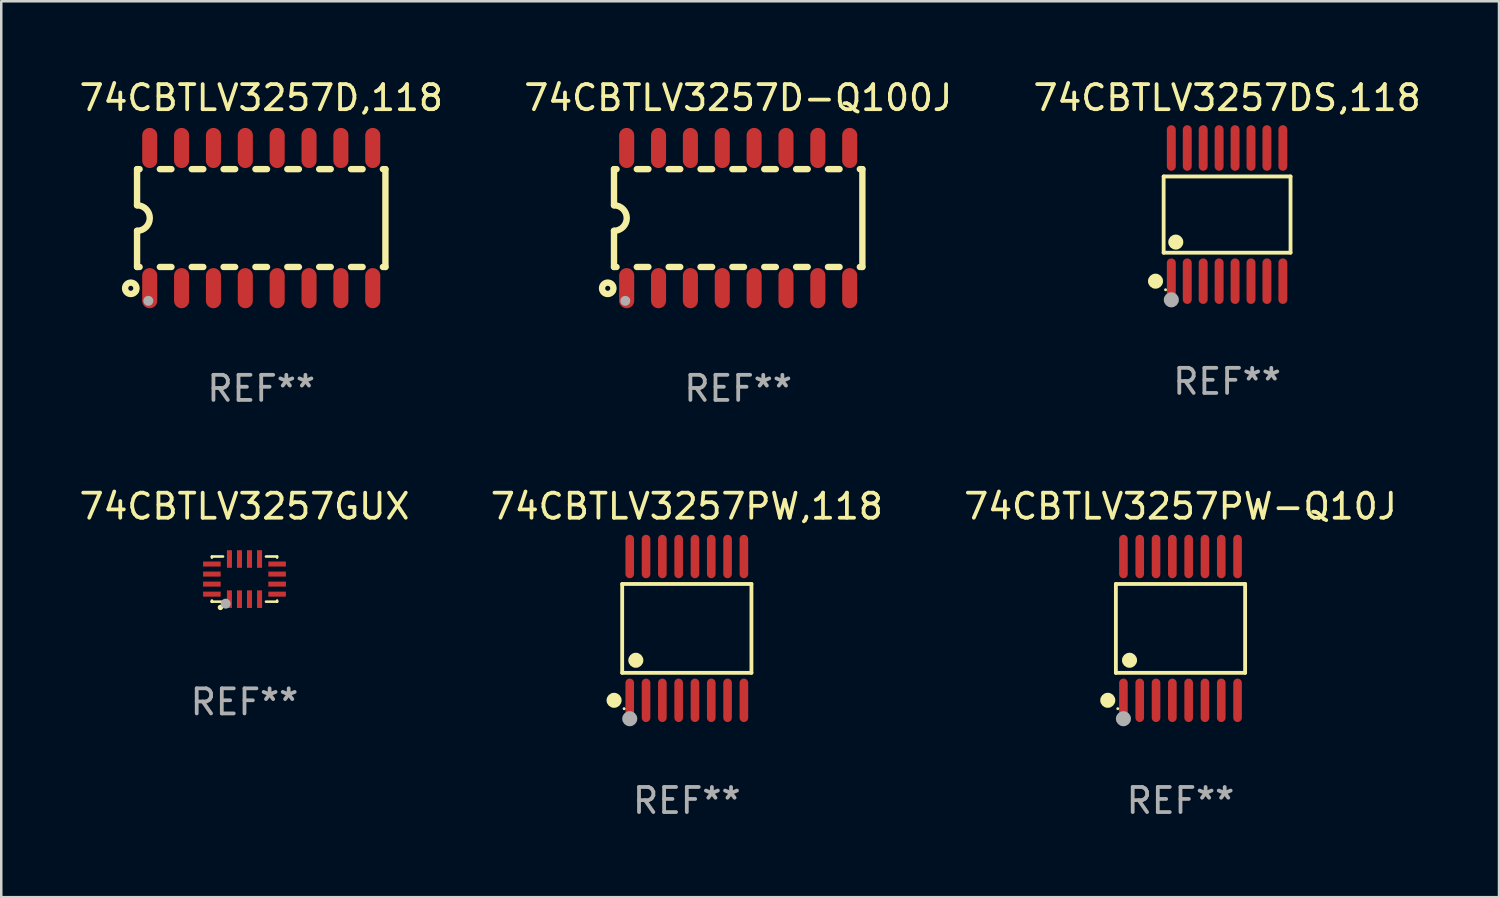
<source format=kicad_pcb>
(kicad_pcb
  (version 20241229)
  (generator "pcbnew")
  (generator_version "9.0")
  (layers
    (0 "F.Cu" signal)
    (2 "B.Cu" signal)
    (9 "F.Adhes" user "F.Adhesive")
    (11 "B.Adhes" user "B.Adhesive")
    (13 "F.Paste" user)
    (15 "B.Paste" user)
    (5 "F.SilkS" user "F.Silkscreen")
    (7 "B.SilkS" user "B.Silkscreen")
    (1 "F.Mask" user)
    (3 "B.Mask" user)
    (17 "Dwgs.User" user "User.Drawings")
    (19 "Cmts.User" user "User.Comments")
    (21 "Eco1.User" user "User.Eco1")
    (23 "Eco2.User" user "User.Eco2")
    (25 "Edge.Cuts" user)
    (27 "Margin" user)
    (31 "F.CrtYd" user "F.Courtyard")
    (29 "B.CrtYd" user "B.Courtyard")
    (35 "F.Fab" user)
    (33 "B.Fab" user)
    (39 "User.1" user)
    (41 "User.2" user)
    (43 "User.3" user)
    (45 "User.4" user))
  (footprint "74CBTLV3257DS,118"
    (layer "F.Cu")
    (at 45.863 5.503)
    (property "Reference" "74CBTLV3257DS,118" (at 0 -4.655 0) (layer "F.SilkS") (effects (font (size 1 1) (thickness 0.15))))
    (attr through_hole)
    (fp_line (start -2.529 -1.519) (end 2.529 -1.519) (stroke (width 0.152) (type solid)) (layer "F.SilkS"))
    (fp_line (start -2.529 1.519) (end -2.529 -1.519) (stroke (width 0.152) (type solid)) (layer "F.SilkS"))
    (fp_line (start 2.529 -1.519) (end 2.529 1.519) (stroke (width 0.152) (type solid)) (layer "F.SilkS"))
    (fp_line (start 2.529 1.519) (end -2.529 1.519) (stroke (width 0.152) (type solid)) (layer "F.SilkS"))
    (fp_circle (center -2.853 2.655) (end -2.703 2.655) (stroke (width 0.3) (type solid)) (fill no) (layer "F.SilkS"))
    (fp_circle (center -2.453 2.998) (end -2.423 2.998) (stroke (width 0.06) (type solid)) (fill no) (layer "F.SilkS"))
    (fp_circle (center -2.045 1.097) (end -1.895 1.097) (stroke (width 0.3) (type solid)) (fill no) (layer "F.SilkS"))
    (fp_circle (center -2.223 3.398) (end -2.072 3.398) (stroke (width 0.3) (type solid)) (fill no) (layer "F.Fab"))
    (fp_text user "REF**" (at 0 6.655 0) (layer "F.Fab") (effects (font (size 1 1) (thickness 0.15))))
    (pad "1" smd oval (at -2.223 2.655) (size 0.356 1.815) (layers "F.Cu" "F.Mask" "F.Paste"))
    (pad "2" smd oval (at -1.588 2.655) (size 0.356 1.815) (layers "F.Cu" "F.Mask" "F.Paste"))
    (pad "3" smd oval (at -0.953 2.655) (size 0.356 1.815) (layers "F.Cu" "F.Mask" "F.Paste"))
    (pad "4" smd oval (at -0.318 2.655) (size 0.356 1.815) (layers "F.Cu" "F.Mask" "F.Paste"))
    (pad "5" smd oval (at 0.318 2.655) (size 0.356 1.815) (layers "F.Cu" "F.Mask" "F.Paste"))
    (pad "6" smd oval (at 0.953 2.655) (size 0.356 1.815) (layers "F.Cu" "F.Mask" "F.Paste"))
    (pad "7" smd oval (at 1.588 2.655) (size 0.356 1.815) (layers "F.Cu" "F.Mask" "F.Paste"))
    (pad "8" smd oval (at 2.223 2.655) (size 0.356 1.815) (layers "F.Cu" "F.Mask" "F.Paste"))
    (pad "9" smd oval (at 2.223 -2.655) (size 0.356 1.815) (layers "F.Cu" "F.Mask" "F.Paste"))
    (pad "10" smd oval (at 1.588 -2.655) (size 0.356 1.815) (layers "F.Cu" "F.Mask" "F.Paste"))
    (pad "11" smd oval (at 0.953 -2.655) (size 0.356 1.815) (layers "F.Cu" "F.Mask" "F.Paste"))
    (pad "12" smd oval (at 0.318 -2.655) (size 0.356 1.815) (layers "F.Cu" "F.Mask" "F.Paste"))
    (pad "13" smd oval (at -0.318 -2.655) (size 0.356 1.815) (layers "F.Cu" "F.Mask" "F.Paste"))
    (pad "14" smd oval (at -0.953 -2.655) (size 0.356 1.815) (layers "F.Cu" "F.Mask" "F.Paste"))
    (pad "15" smd oval (at -1.588 -2.655) (size 0.356 1.815) (layers "F.Cu" "F.Mask" "F.Paste"))
    (pad "16" smd oval (at -2.223 -2.655) (size 0.356 1.815) (layers "F.Cu" "F.Mask" "F.Paste")))
  (footprint "74CBTLV3257PW,118"
    (layer "F.Cu")
    (at 24.327 21.999)
    (property "Reference" "74CBTLV3257PW,118" (at 0 -4.866 0) (layer "F.SilkS") (effects (font (size 1 1) (thickness 0.15))))
    (attr through_hole)
    (fp_line (start -2.576 -1.772) (end 2.576 -1.772) (stroke (width 0.152) (type solid)) (layer "F.SilkS"))
    (fp_line (start -2.576 1.771) (end -2.576 -1.772) (stroke (width 0.152) (type solid)) (layer "F.SilkS"))
    (fp_line (start 2.576 -1.772) (end 2.576 1.771) (stroke (width 0.152) (type solid)) (layer "F.SilkS"))
    (fp_line (start 2.576 1.771) (end -2.576 1.771) (stroke (width 0.152) (type solid)) (layer "F.SilkS"))
    (fp_circle (center -2.899 2.866) (end -2.749 2.866) (stroke (width 0.3) (type solid)) (fill no) (layer "F.SilkS"))
    (fp_circle (center -2.5 3.2) (end -2.47 3.2) (stroke (width 0.06) (type solid)) (fill no) (layer "F.SilkS"))
    (fp_circle (center -2.032 1.27) (end -1.882 1.27) (stroke (width 0.3) (type solid)) (fill no) (layer "F.SilkS"))
    (fp_circle (center -2.275 3.6) (end -2.125 3.6) (stroke (width 0.3) (type solid)) (fill no) (layer "F.Fab"))
    (fp_text user "REF**" (at 0 6.866 0) (layer "F.Fab") (effects (font (size 1 1) (thickness 0.15))))
    (pad "1" smd oval (at -2.275 2.866) (size 0.343 1.731) (layers "F.Cu" "F.Mask" "F.Paste"))
    (pad "2" smd oval (at -1.625 2.866) (size 0.343 1.731) (layers "F.Cu" "F.Mask" "F.Paste"))
    (pad "3" smd oval (at -0.975 2.866) (size 0.343 1.731) (layers "F.Cu" "F.Mask" "F.Paste"))
    (pad "4" smd oval (at -0.325 2.866) (size 0.343 1.731) (layers "F.Cu" "F.Mask" "F.Paste"))
    (pad "5" smd oval (at 0.325 2.866) (size 0.343 1.731) (layers "F.Cu" "F.Mask" "F.Paste"))
    (pad "6" smd oval (at 0.975 2.866) (size 0.343 1.731) (layers "F.Cu" "F.Mask" "F.Paste"))
    (pad "7" smd oval (at 1.625 2.866) (size 0.343 1.731) (layers "F.Cu" "F.Mask" "F.Paste"))
    (pad "8" smd oval (at 2.275 2.866) (size 0.343 1.731) (layers "F.Cu" "F.Mask" "F.Paste"))
    (pad "9" smd oval (at 2.275 -2.866) (size 0.343 1.731) (layers "F.Cu" "F.Mask" "F.Paste"))
    (pad "10" smd oval (at 1.625 -2.866) (size 0.343 1.731) (layers "F.Cu" "F.Mask" "F.Paste"))
    (pad "11" smd oval (at 0.975 -2.866) (size 0.343 1.731) (layers "F.Cu" "F.Mask" "F.Paste"))
    (pad "12" smd oval (at 0.325 -2.866) (size 0.343 1.731) (layers "F.Cu" "F.Mask" "F.Paste"))
    (pad "13" smd oval (at -0.325 -2.866) (size 0.343 1.731) (layers "F.Cu" "F.Mask" "F.Paste"))
    (pad "14" smd oval (at -0.975 -2.866) (size 0.343 1.731) (layers "F.Cu" "F.Mask" "F.Paste"))
    (pad "15" smd oval (at -1.625 -2.866) (size 0.343 1.731) (layers "F.Cu" "F.Mask" "F.Paste"))
    (pad "16" smd oval (at -2.275 -2.866) (size 0.343 1.731) (layers "F.Cu" "F.Mask" "F.Paste")))
  (footprint "74CBTLV3257D-Q100J"
    (layer "F.Cu")
    (at 26.375 5.642)
    (property "Reference" "74CBTLV3257D-Q100J" (at 0 -4.794 0) (layer "F.SilkS") (effects (font (size 1 1) (thickness 0.15))))
    (attr through_hole)
    (fp_line (start -4.95 -1.95) (end -4.95 -0.508) (stroke (width 0.254) (type solid)) (layer "F.SilkS"))
    (fp_line (start -4.95 -1.95) (end -4.849 -1.95) (stroke (width 0.254) (type solid)) (layer "F.SilkS"))
    (fp_line (start -4.95 1.95) (end -4.95 0.508) (stroke (width 0.254) (type solid)) (layer "F.SilkS"))
    (fp_line (start -4.95 1.95) (end -4.849 1.95) (stroke (width 0.254) (type solid)) (layer "F.SilkS"))
    (fp_line (start -4.041 -1.95) (end -3.579 -1.95) (stroke (width 0.254) (type solid)) (layer "F.SilkS"))
    (fp_line (start -4.041 1.95) (end -3.579 1.95) (stroke (width 0.254) (type solid)) (layer "F.SilkS"))
    (fp_line (start -2.771 -1.95) (end -2.309 -1.95) (stroke (width 0.254) (type solid)) (layer "F.SilkS"))
    (fp_line (start -2.771 1.95) (end -2.309 1.95) (stroke (width 0.254) (type solid)) (layer "F.SilkS"))
    (fp_line (start -1.501 -1.95) (end -1.039 -1.95) (stroke (width 0.254) (type solid)) (layer "F.SilkS"))
    (fp_line (start -1.501 1.95) (end -1.039 1.95) (stroke (width 0.254) (type solid)) (layer "F.SilkS"))
    (fp_line (start -0.231 -1.95) (end 0.231 -1.95) (stroke (width 0.254) (type solid)) (layer "F.SilkS"))
    (fp_line (start -0.231 1.95) (end 0.231 1.95) (stroke (width 0.254) (type solid)) (layer "F.SilkS"))
    (fp_line (start 1.039 -1.95) (end 1.501 -1.95) (stroke (width 0.254) (type solid)) (layer "F.SilkS"))
    (fp_line (start 1.039 1.95) (end 1.501 1.95) (stroke (width 0.254) (type solid)) (layer "F.SilkS"))
    (fp_line (start 2.309 -1.95) (end 2.771 -1.95) (stroke (width 0.254) (type solid)) (layer "F.SilkS"))
    (fp_line (start 2.309 1.95) (end 2.771 1.95) (stroke (width 0.254) (type solid)) (layer "F.SilkS"))
    (fp_line (start 3.579 -1.95) (end 4.041 -1.95) (stroke (width 0.254) (type solid)) (layer "F.SilkS"))
    (fp_line (start 3.579 1.95) (end 4.041 1.95) (stroke (width 0.254) (type solid)) (layer "F.SilkS"))
    (fp_line (start 4.849 -1.95) (end 4.95 -1.95) (stroke (width 0.254) (type solid)) (layer "F.SilkS"))
    (fp_line (start 4.849 1.95) (end 4.95 1.95) (stroke (width 0.254) (type solid)) (layer "F.SilkS"))
    (fp_line (start 4.95 -1.95) (end 4.95 1.95) (stroke (width 0.254) (type solid)) (layer "F.SilkS"))
    (fp_arc (start -4.95047 -0.508001) (mid -4.442469 -0.000228) (end -4.950013 0.508001) (stroke (width 0.254001) (type solid)) (layer "F.SilkS"))
    (fp_circle (center -5.2 2.8) (end -5.1 2.8) (stroke (width 0.254) (type solid)) (fill no) (layer "F.SilkS"))
    (fp_circle (center -4.95 2.947) (end -4.92 2.947) (stroke (width 0.06) (type solid)) (fill no) (layer "F.SilkS"))
    (fp_circle (center -4.5 3.3) (end -4.4 3.3) (stroke (width 0.2) (type solid)) (fill no) (layer "F.Fab"))
    (fp_text user "REF**" (at 0 6.794 0) (layer "F.Fab") (effects (font (size 1 1) (thickness 0.15))))
    (pad "1" smd oval (at -4.445 2.794) (size 0.6 1.6) (layers "F.Cu" "F.Mask" "F.Paste"))
    (pad "2" smd oval (at -3.175 2.794) (size 0.6 1.6) (layers "F.Cu" "F.Mask" "F.Paste"))
    (pad "3" smd oval (at -1.905 2.794) (size 0.6 1.6) (layers "F.Cu" "F.Mask" "F.Paste"))
    (pad "4" smd oval (at -0.635 2.794) (size 0.6 1.6) (layers "F.Cu" "F.Mask" "F.Paste"))
    (pad "5" smd oval (at 0.635 2.794) (size 0.6 1.6) (layers "F.Cu" "F.Mask" "F.Paste"))
    (pad "6" smd oval (at 1.905 2.794) (size 0.6 1.6) (layers "F.Cu" "F.Mask" "F.Paste"))
    (pad "7" smd oval (at 3.175 2.794) (size 0.6 1.6) (layers "F.Cu" "F.Mask" "F.Paste"))
    (pad "8" smd oval (at 4.445 2.794) (size 0.6 1.6) (layers "F.Cu" "F.Mask" "F.Paste"))
    (pad "9" smd oval (at 4.445 -2.794) (size 0.6 1.6) (layers "F.Cu" "F.Mask" "F.Paste"))
    (pad "10" smd oval (at 3.175 -2.794) (size 0.6 1.6) (layers "F.Cu" "F.Mask" "F.Paste"))
    (pad "11" smd oval (at 1.905 -2.794) (size 0.6 1.6) (layers "F.Cu" "F.Mask" "F.Paste"))
    (pad "12" smd oval (at 0.635 -2.794) (size 0.6 1.6) (layers "F.Cu" "F.Mask" "F.Paste"))
    (pad "13" smd oval (at -0.635 -2.794) (size 0.6 1.6) (layers "F.Cu" "F.Mask" "F.Paste"))
    (pad "14" smd oval (at -1.905 -2.794) (size 0.6 1.6) (layers "F.Cu" "F.Mask" "F.Paste"))
    (pad "15" smd oval (at -3.175 -2.794) (size 0.6 1.6) (layers "F.Cu" "F.Mask" "F.Paste"))
    (pad "16" smd oval (at -4.445 -2.794) (size 0.6 1.6) (layers "F.Cu" "F.Mask" "F.Paste")))
  (footprint "74CBTLV3257PW-Q10J"
    (layer "F.Cu")
    (at 44.006 21.999)
    (property "Reference" "74CBTLV3257PW-Q10J" (at 0 -4.866 0) (layer "F.SilkS") (effects (font (size 1 1) (thickness 0.15))))
    (attr through_hole)
    (fp_line (start -2.576 -1.772) (end 2.576 -1.772) (stroke (width 0.152) (type solid)) (layer "F.SilkS"))
    (fp_line (start -2.576 1.771) (end -2.576 -1.772) (stroke (width 0.152) (type solid)) (layer "F.SilkS"))
    (fp_line (start 2.576 -1.772) (end 2.576 1.771) (stroke (width 0.152) (type solid)) (layer "F.SilkS"))
    (fp_line (start 2.576 1.771) (end -2.576 1.771) (stroke (width 0.152) (type solid)) (layer "F.SilkS"))
    (fp_circle (center -2.899 2.866) (end -2.749 2.866) (stroke (width 0.3) (type solid)) (fill no) (layer "F.SilkS"))
    (fp_circle (center -2.5 3.2) (end -2.47 3.2) (stroke (width 0.06) (type solid)) (fill no) (layer "F.SilkS"))
    (fp_circle (center -2.032 1.27) (end -1.882 1.27) (stroke (width 0.3) (type solid)) (fill no) (layer "F.SilkS"))
    (fp_circle (center -2.275 3.6) (end -2.125 3.6) (stroke (width 0.3) (type solid)) (fill no) (layer "F.Fab"))
    (fp_text user "REF**" (at 0 6.866 0) (layer "F.Fab") (effects (font (size 1 1) (thickness 0.15))))
    (pad "1" smd oval (at -2.275 2.866) (size 0.343 1.731) (layers "F.Cu" "F.Mask" "F.Paste"))
    (pad "2" smd oval (at -1.625 2.866) (size 0.343 1.731) (layers "F.Cu" "F.Mask" "F.Paste"))
    (pad "3" smd oval (at -0.975 2.866) (size 0.343 1.731) (layers "F.Cu" "F.Mask" "F.Paste"))
    (pad "4" smd oval (at -0.325 2.866) (size 0.343 1.731) (layers "F.Cu" "F.Mask" "F.Paste"))
    (pad "5" smd oval (at 0.325 2.866) (size 0.343 1.731) (layers "F.Cu" "F.Mask" "F.Paste"))
    (pad "6" smd oval (at 0.975 2.866) (size 0.343 1.731) (layers "F.Cu" "F.Mask" "F.Paste"))
    (pad "7" smd oval (at 1.625 2.866) (size 0.343 1.731) (layers "F.Cu" "F.Mask" "F.Paste"))
    (pad "8" smd oval (at 2.275 2.866) (size 0.343 1.731) (layers "F.Cu" "F.Mask" "F.Paste"))
    (pad "9" smd oval (at 2.275 -2.866) (size 0.343 1.731) (layers "F.Cu" "F.Mask" "F.Paste"))
    (pad "10" smd oval (at 1.625 -2.866) (size 0.343 1.731) (layers "F.Cu" "F.Mask" "F.Paste"))
    (pad "11" smd oval (at 0.975 -2.866) (size 0.343 1.731) (layers "F.Cu" "F.Mask" "F.Paste"))
    (pad "12" smd oval (at 0.325 -2.866) (size 0.343 1.731) (layers "F.Cu" "F.Mask" "F.Paste"))
    (pad "13" smd oval (at -0.325 -2.866) (size 0.343 1.731) (layers "F.Cu" "F.Mask" "F.Paste"))
    (pad "14" smd oval (at -0.975 -2.866) (size 0.343 1.731) (layers "F.Cu" "F.Mask" "F.Paste"))
    (pad "15" smd oval (at -1.625 -2.866) (size 0.343 1.731) (layers "F.Cu" "F.Mask" "F.Paste"))
    (pad "16" smd oval (at -2.275 -2.866) (size 0.343 1.731) (layers "F.Cu" "F.Mask" "F.Paste")))
  (footprint "74CBTLV3257D,118"
    (layer "F.Cu")
    (at 7.363 5.642)
    (property "Reference" "74CBTLV3257D,118" (at 0 -4.794 0) (layer "F.SilkS") (effects (font (size 1 1) (thickness 0.15))))
    (attr through_hole)
    (fp_line (start -4.95 -1.95) (end -4.95 -0.508) (stroke (width 0.254) (type solid)) (layer "F.SilkS"))
    (fp_line (start -4.95 -1.95) (end -4.849 -1.95) (stroke (width 0.254) (type solid)) (layer "F.SilkS"))
    (fp_line (start -4.95 1.95) (end -4.95 0.508) (stroke (width 0.254) (type solid)) (layer "F.SilkS"))
    (fp_line (start -4.95 1.95) (end -4.849 1.95) (stroke (width 0.254) (type solid)) (layer "F.SilkS"))
    (fp_line (start -4.041 -1.95) (end -3.579 -1.95) (stroke (width 0.254) (type solid)) (layer "F.SilkS"))
    (fp_line (start -4.041 1.95) (end -3.579 1.95) (stroke (width 0.254) (type solid)) (layer "F.SilkS"))
    (fp_line (start -2.771 -1.95) (end -2.309 -1.95) (stroke (width 0.254) (type solid)) (layer "F.SilkS"))
    (fp_line (start -2.771 1.95) (end -2.309 1.95) (stroke (width 0.254) (type solid)) (layer "F.SilkS"))
    (fp_line (start -1.501 -1.95) (end -1.039 -1.95) (stroke (width 0.254) (type solid)) (layer "F.SilkS"))
    (fp_line (start -1.501 1.95) (end -1.039 1.95) (stroke (width 0.254) (type solid)) (layer "F.SilkS"))
    (fp_line (start -0.231 -1.95) (end 0.231 -1.95) (stroke (width 0.254) (type solid)) (layer "F.SilkS"))
    (fp_line (start -0.231 1.95) (end 0.231 1.95) (stroke (width 0.254) (type solid)) (layer "F.SilkS"))
    (fp_line (start 1.039 -1.95) (end 1.501 -1.95) (stroke (width 0.254) (type solid)) (layer "F.SilkS"))
    (fp_line (start 1.039 1.95) (end 1.501 1.95) (stroke (width 0.254) (type solid)) (layer "F.SilkS"))
    (fp_line (start 2.309 -1.95) (end 2.771 -1.95) (stroke (width 0.254) (type solid)) (layer "F.SilkS"))
    (fp_line (start 2.309 1.95) (end 2.771 1.95) (stroke (width 0.254) (type solid)) (layer "F.SilkS"))
    (fp_line (start 3.579 -1.95) (end 4.041 -1.95) (stroke (width 0.254) (type solid)) (layer "F.SilkS"))
    (fp_line (start 3.579 1.95) (end 4.041 1.95) (stroke (width 0.254) (type solid)) (layer "F.SilkS"))
    (fp_line (start 4.849 -1.95) (end 4.95 -1.95) (stroke (width 0.254) (type solid)) (layer "F.SilkS"))
    (fp_line (start 4.849 1.95) (end 4.95 1.95) (stroke (width 0.254) (type solid)) (layer "F.SilkS"))
    (fp_line (start 4.95 -1.95) (end 4.95 1.95) (stroke (width 0.254) (type solid)) (layer "F.SilkS"))
    (fp_arc (start -4.95047 -0.508001) (mid -4.442469 -0.000228) (end -4.950013 0.508001) (stroke (width 0.254001) (type solid)) (layer "F.SilkS"))
    (fp_circle (center -5.2 2.8) (end -5.1 2.8) (stroke (width 0.254) (type solid)) (fill no) (layer "F.SilkS"))
    (fp_circle (center -4.95 2.947) (end -4.92 2.947) (stroke (width 0.06) (type solid)) (fill no) (layer "F.SilkS"))
    (fp_circle (center -4.5 3.3) (end -4.4 3.3) (stroke (width 0.2) (type solid)) (fill no) (layer "F.Fab"))
    (fp_text user "REF**" (at 0 6.794 0) (layer "F.Fab") (effects (font (size 1 1) (thickness 0.15))))
    (pad "1" smd oval (at -4.445 2.794) (size 0.6 1.6) (layers "F.Cu" "F.Mask" "F.Paste"))
    (pad "2" smd oval (at -3.175 2.794) (size 0.6 1.6) (layers "F.Cu" "F.Mask" "F.Paste"))
    (pad "3" smd oval (at -1.905 2.794) (size 0.6 1.6) (layers "F.Cu" "F.Mask" "F.Paste"))
    (pad "4" smd oval (at -0.635 2.794) (size 0.6 1.6) (layers "F.Cu" "F.Mask" "F.Paste"))
    (pad "5" smd oval (at 0.635 2.794) (size 0.6 1.6) (layers "F.Cu" "F.Mask" "F.Paste"))
    (pad "6" smd oval (at 1.905 2.794) (size 0.6 1.6) (layers "F.Cu" "F.Mask" "F.Paste"))
    (pad "7" smd oval (at 3.175 2.794) (size 0.6 1.6) (layers "F.Cu" "F.Mask" "F.Paste"))
    (pad "8" smd oval (at 4.445 2.794) (size 0.6 1.6) (layers "F.Cu" "F.Mask" "F.Paste"))
    (pad "9" smd oval (at 4.445 -2.794) (size 0.6 1.6) (layers "F.Cu" "F.Mask" "F.Paste"))
    (pad "10" smd oval (at 3.175 -2.794) (size 0.6 1.6) (layers "F.Cu" "F.Mask" "F.Paste"))
    (pad "11" smd oval (at 1.905 -2.794) (size 0.6 1.6) (layers "F.Cu" "F.Mask" "F.Paste"))
    (pad "12" smd oval (at 0.635 -2.794) (size 0.6 1.6) (layers "F.Cu" "F.Mask" "F.Paste"))
    (pad "13" smd oval (at -0.635 -2.794) (size 0.6 1.6) (layers "F.Cu" "F.Mask" "F.Paste"))
    (pad "14" smd oval (at -1.905 -2.794) (size 0.6 1.6) (layers "F.Cu" "F.Mask" "F.Paste"))
    (pad "15" smd oval (at -3.175 -2.794) (size 0.6 1.6) (layers "F.Cu" "F.Mask" "F.Paste"))
    (pad "16" smd oval (at -4.445 -2.794) (size 0.6 1.6) (layers "F.Cu" "F.Mask" "F.Paste")))
  (footprint "74CBTLV3257GUX"
    (layer "F.Cu")
    (at 6.696 20.033)
    (property "Reference" "74CBTLV3257GUX" (at 0 -2.9 0) (layer "F.SilkS") (effects (font (size 1 1) (thickness 0.15))))
    (attr through_hole)
    (fp_line (start -1.3 -0.9) (end -0.855 -0.9) (stroke (width 0.102) (type solid)) (layer "F.SilkS"))
    (fp_line (start -1.3 -0.855) (end -1.3 -0.9) (stroke (width 0.102) (type solid)) (layer "F.SilkS"))
    (fp_line (start -1.3 0.9) (end -1.3 0.854) (stroke (width 0.102) (type solid)) (layer "F.SilkS"))
    (fp_line (start -1.3 0.9) (end -0.855 0.9) (stroke (width 0.102) (type solid)) (layer "F.SilkS"))
    (fp_line (start 0.855 -0.9) (end 1.3 -0.9) (stroke (width 0.102) (type solid)) (layer "F.SilkS"))
    (fp_line (start 0.856 0.9) (end 1.3 0.9) (stroke (width 0.102) (type solid)) (layer "F.SilkS"))
    (fp_line (start 1.3 -0.9) (end 1.3 -0.855) (stroke (width 0.102) (type solid)) (layer "F.SilkS"))
    (fp_line (start 1.3 0.855) (end 1.3 0.9) (stroke (width 0.102) (type solid)) (layer "F.SilkS"))
    (fp_circle (center -1.3 0.9) (end -1.27 0.9) (stroke (width 0.06) (type solid)) (fill no) (layer "F.SilkS"))
    (fp_circle (center -0.96 1.13) (end -0.903 1.13) (stroke (width 0.102) (type solid)) (fill no) (layer "F.SilkS"))
    (fp_circle (center -0.75 0.98) (end -0.65 0.98) (stroke (width 0.2) (type solid)) (fill no) (layer "F.Fab"))
    (fp_text user "REF**" (at 0 4.9 0) (layer "F.Fab") (effects (font (size 1 1) (thickness 0.15))))
    (pad "1" smd rect (at -0.601 0.8 90) (size 0.701 0.2) (layers "F.Cu" "F.Mask" "F.Paste"))
    (pad "2" smd rect (at -0.2 0.8 90) (size 0.701 0.2) (layers "F.Cu" "F.Mask" "F.Paste"))
    (pad "3" smd rect (at 0.199 0.8 90) (size 0.701 0.2) (layers "F.Cu" "F.Mask" "F.Paste"))
    (pad "4" smd rect (at 0.601 0.8 90) (size 0.701 0.2) (layers "F.Cu" "F.Mask" "F.Paste"))
    (pad "5" smd rect (at 1.3 0.6 180) (size 0.701 0.2) (layers "F.Cu" "F.Mask" "F.Paste"))
    (pad "6" smd rect (at 1.3 0.2 180) (size 0.701 0.2) (layers "F.Cu" "F.Mask" "F.Paste"))
    (pad "7" smd rect (at 1.3 -0.2) (size 0.701 0.2) (layers "F.Cu" "F.Mask" "F.Paste"))
    (pad "8" smd rect (at 1.3 -0.6) (size 0.701 0.2) (layers "F.Cu" "F.Mask" "F.Paste"))
    (pad "9" smd rect (at 0.6 -0.8 90) (size 0.701 0.2) (layers "F.Cu" "F.Mask" "F.Paste"))
    (pad "10" smd rect (at 0.2 -0.8 90) (size 0.701 0.2) (layers "F.Cu" "F.Mask" "F.Paste"))
    (pad "11" smd rect (at -0.2 -0.8 90) (size 0.701 0.2) (layers "F.Cu" "F.Mask" "F.Paste"))
    (pad "12" smd rect (at -0.6 -0.8 90) (size 0.701 0.2) (layers "F.Cu" "F.Mask" "F.Paste"))
    (pad "13" smd rect (at -1.3 -0.6 180) (size 0.701 0.2) (layers "F.Cu" "F.Mask" "F.Paste"))
    (pad "14" smd rect (at -1.3 -0.2 180) (size 0.701 0.2) (layers "F.Cu" "F.Mask" "F.Paste"))
    (pad "15" smd rect (at -1.3 0.2) (size 0.701 0.2) (layers "F.Cu" "F.Mask" "F.Paste"))
    (pad "16" smd rect (at -1.3 0.6) (size 0.701 0.2) (layers "F.Cu" "F.Mask" "F.Paste")))
  (gr_rect
    (start -3 -3)
    (end 56.702 32.713)
    (stroke (width 0.1) (type default))
    (fill no)
    (layer "Edge.Cuts")))
</source>
